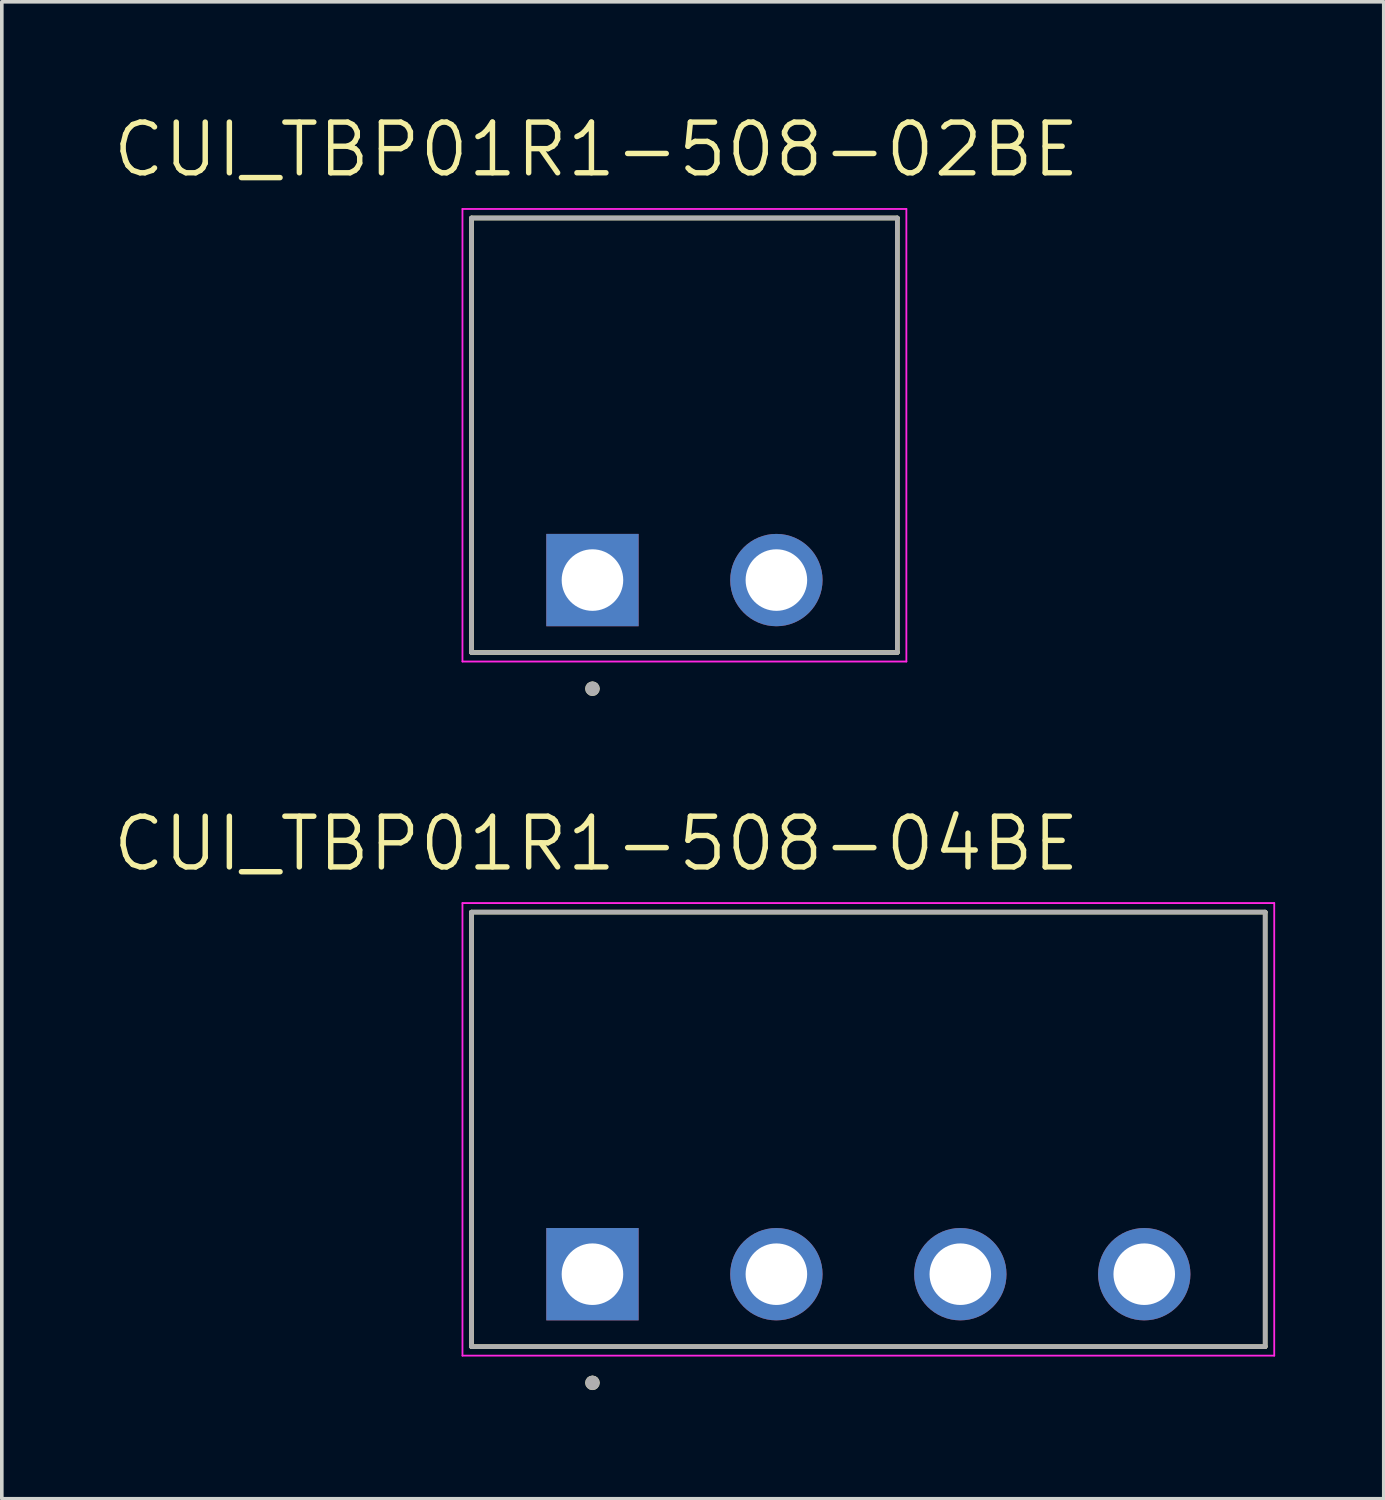
<source format=kicad_pcb>
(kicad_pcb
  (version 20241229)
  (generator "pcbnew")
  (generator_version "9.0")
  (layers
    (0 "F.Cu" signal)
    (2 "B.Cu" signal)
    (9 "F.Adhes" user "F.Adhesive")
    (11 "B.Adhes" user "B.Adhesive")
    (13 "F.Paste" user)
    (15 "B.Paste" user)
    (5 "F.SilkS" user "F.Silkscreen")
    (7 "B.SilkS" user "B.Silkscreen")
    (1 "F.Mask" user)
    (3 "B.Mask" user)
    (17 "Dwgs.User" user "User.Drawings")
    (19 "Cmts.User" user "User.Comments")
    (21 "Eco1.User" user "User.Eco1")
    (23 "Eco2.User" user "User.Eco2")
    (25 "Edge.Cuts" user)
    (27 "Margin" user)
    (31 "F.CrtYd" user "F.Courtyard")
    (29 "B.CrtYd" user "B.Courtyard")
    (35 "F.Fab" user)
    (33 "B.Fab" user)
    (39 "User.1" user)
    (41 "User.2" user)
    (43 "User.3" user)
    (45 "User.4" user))
  (footprint "CUI_TBP01R1-508-02BE"
    (layer "F.Cu")
    (at 13.313 12.971)
    (property "Reference" "CUI_TBP01R1-508-02BE" (at 0.105 -11.889 0) (layer "F.SilkS") (effects (font (size 1.4 1.4) (thickness 0.15))))
    (attr through_hole)
    (fp_line (start -3.34 -10) (end 8.42 -10) (stroke (width 0.127) (type solid)) (layer "F.SilkS"))
    (fp_line (start -3.34 2) (end -3.34 -10) (stroke (width 0.127) (type solid)) (layer "F.SilkS"))
    (fp_line (start 8.42 -10) (end 8.42 2) (stroke (width 0.127) (type solid)) (layer "F.SilkS"))
    (fp_line (start 8.42 2) (end -3.34 2) (stroke (width 0.127) (type solid)) (layer "F.SilkS"))
    (fp_circle (center 0 3) (end 0.1 3) (stroke (width 0.2) (type solid)) (fill no) (layer "F.SilkS"))
    (fp_line (start -3.59 -10.25) (end 8.67 -10.25) (stroke (width 0.05) (type solid)) (layer "F.CrtYd"))
    (fp_line (start -3.59 2.25) (end -3.59 -10.25) (stroke (width 0.05) (type solid)) (layer "F.CrtYd"))
    (fp_line (start 8.67 -10.25) (end 8.67 2.25) (stroke (width 0.05) (type solid)) (layer "F.CrtYd"))
    (fp_line (start 8.67 2.25) (end -3.59 2.25) (stroke (width 0.05) (type solid)) (layer "F.CrtYd"))
    (fp_line (start -3.34 -10) (end 8.42 -10) (stroke (width 0.127) (type solid)) (layer "F.Fab"))
    (fp_line (start -3.34 2) (end -3.34 -10) (stroke (width 0.127) (type solid)) (layer "F.Fab"))
    (fp_line (start 8.42 -10) (end 8.42 2) (stroke (width 0.127) (type solid)) (layer "F.Fab"))
    (fp_line (start 8.42 2) (end -3.34 2) (stroke (width 0.127) (type solid)) (layer "F.Fab"))
    (fp_circle (center 0 3) (end 0.1 3) (stroke (width 0.2) (type solid)) (fill no) (layer "F.Fab"))
    (pad "1" thru_hole rect (at 0 0) (size 2.55 2.55) (drill 1.7) (layers "*.Cu" "*.Mask"))
    (pad "2" thru_hole circle (at 5.08 0) (size 2.55 2.55) (drill 1.7) (layers "*.Cu" "*.Mask")))
  (footprint "CUI_TBP01R1-508-04BE"
    (layer "F.Cu")
    (at 13.313 32.142)
    (property "Reference" "CUI_TBP01R1-508-04BE" (at 0.105 -11.889 0) (layer "F.SilkS") (effects (font (size 1.4 1.4) (thickness 0.15))))
    (attr through_hole)
    (fp_line (start -3.34 -10) (end 18.58 -10) (stroke (width 0.127) (type solid)) (layer "F.SilkS"))
    (fp_line (start -3.34 2) (end -3.34 -10) (stroke (width 0.127) (type solid)) (layer "F.SilkS"))
    (fp_line (start 18.58 -10) (end 18.58 2) (stroke (width 0.127) (type solid)) (layer "F.SilkS"))
    (fp_line (start 18.58 2) (end -3.34 2) (stroke (width 0.127) (type solid)) (layer "F.SilkS"))
    (fp_circle (center 0 3) (end 0.1 3) (stroke (width 0.2) (type solid)) (fill no) (layer "F.SilkS"))
    (fp_line (start -3.59 -10.25) (end 18.83 -10.25) (stroke (width 0.05) (type solid)) (layer "F.CrtYd"))
    (fp_line (start -3.59 2.25) (end -3.59 -10.25) (stroke (width 0.05) (type solid)) (layer "F.CrtYd"))
    (fp_line (start 18.83 -10.25) (end 18.83 2.25) (stroke (width 0.05) (type solid)) (layer "F.CrtYd"))
    (fp_line (start 18.83 2.25) (end -3.59 2.25) (stroke (width 0.05) (type solid)) (layer "F.CrtYd"))
    (fp_line (start -3.34 -10) (end 18.58 -10) (stroke (width 0.127) (type solid)) (layer "F.Fab"))
    (fp_line (start -3.34 2) (end -3.34 -10) (stroke (width 0.127) (type solid)) (layer "F.Fab"))
    (fp_line (start 18.58 -10) (end 18.58 2) (stroke (width 0.127) (type solid)) (layer "F.Fab"))
    (fp_line (start 18.58 2) (end -3.34 2) (stroke (width 0.127) (type solid)) (layer "F.Fab"))
    (fp_circle (center 0 3) (end 0.1 3) (stroke (width 0.2) (type solid)) (fill no) (layer "F.Fab"))
    (pad "1" thru_hole rect (at 0 0) (size 2.55 2.55) (drill 1.7) (layers "*.Cu" "*.Mask"))
    (pad "2" thru_hole circle (at 5.08 0) (size 2.55 2.55) (drill 1.7) (layers "*.Cu" "*.Mask"))
    (pad "3" thru_hole circle (at 10.16 0) (size 2.55 2.55) (drill 1.7) (layers "*.Cu" "*.Mask"))
    (pad "4" thru_hole circle (at 15.24 0) (size 2.55 2.55) (drill 1.7) (layers "*.Cu" "*.Mask")))
  (gr_rect
    (start -3 -3)
    (end 35.168 38.343)
    (stroke (width 0.1) (type default))
    (fill no)
    (layer "Edge.Cuts")))
</source>
